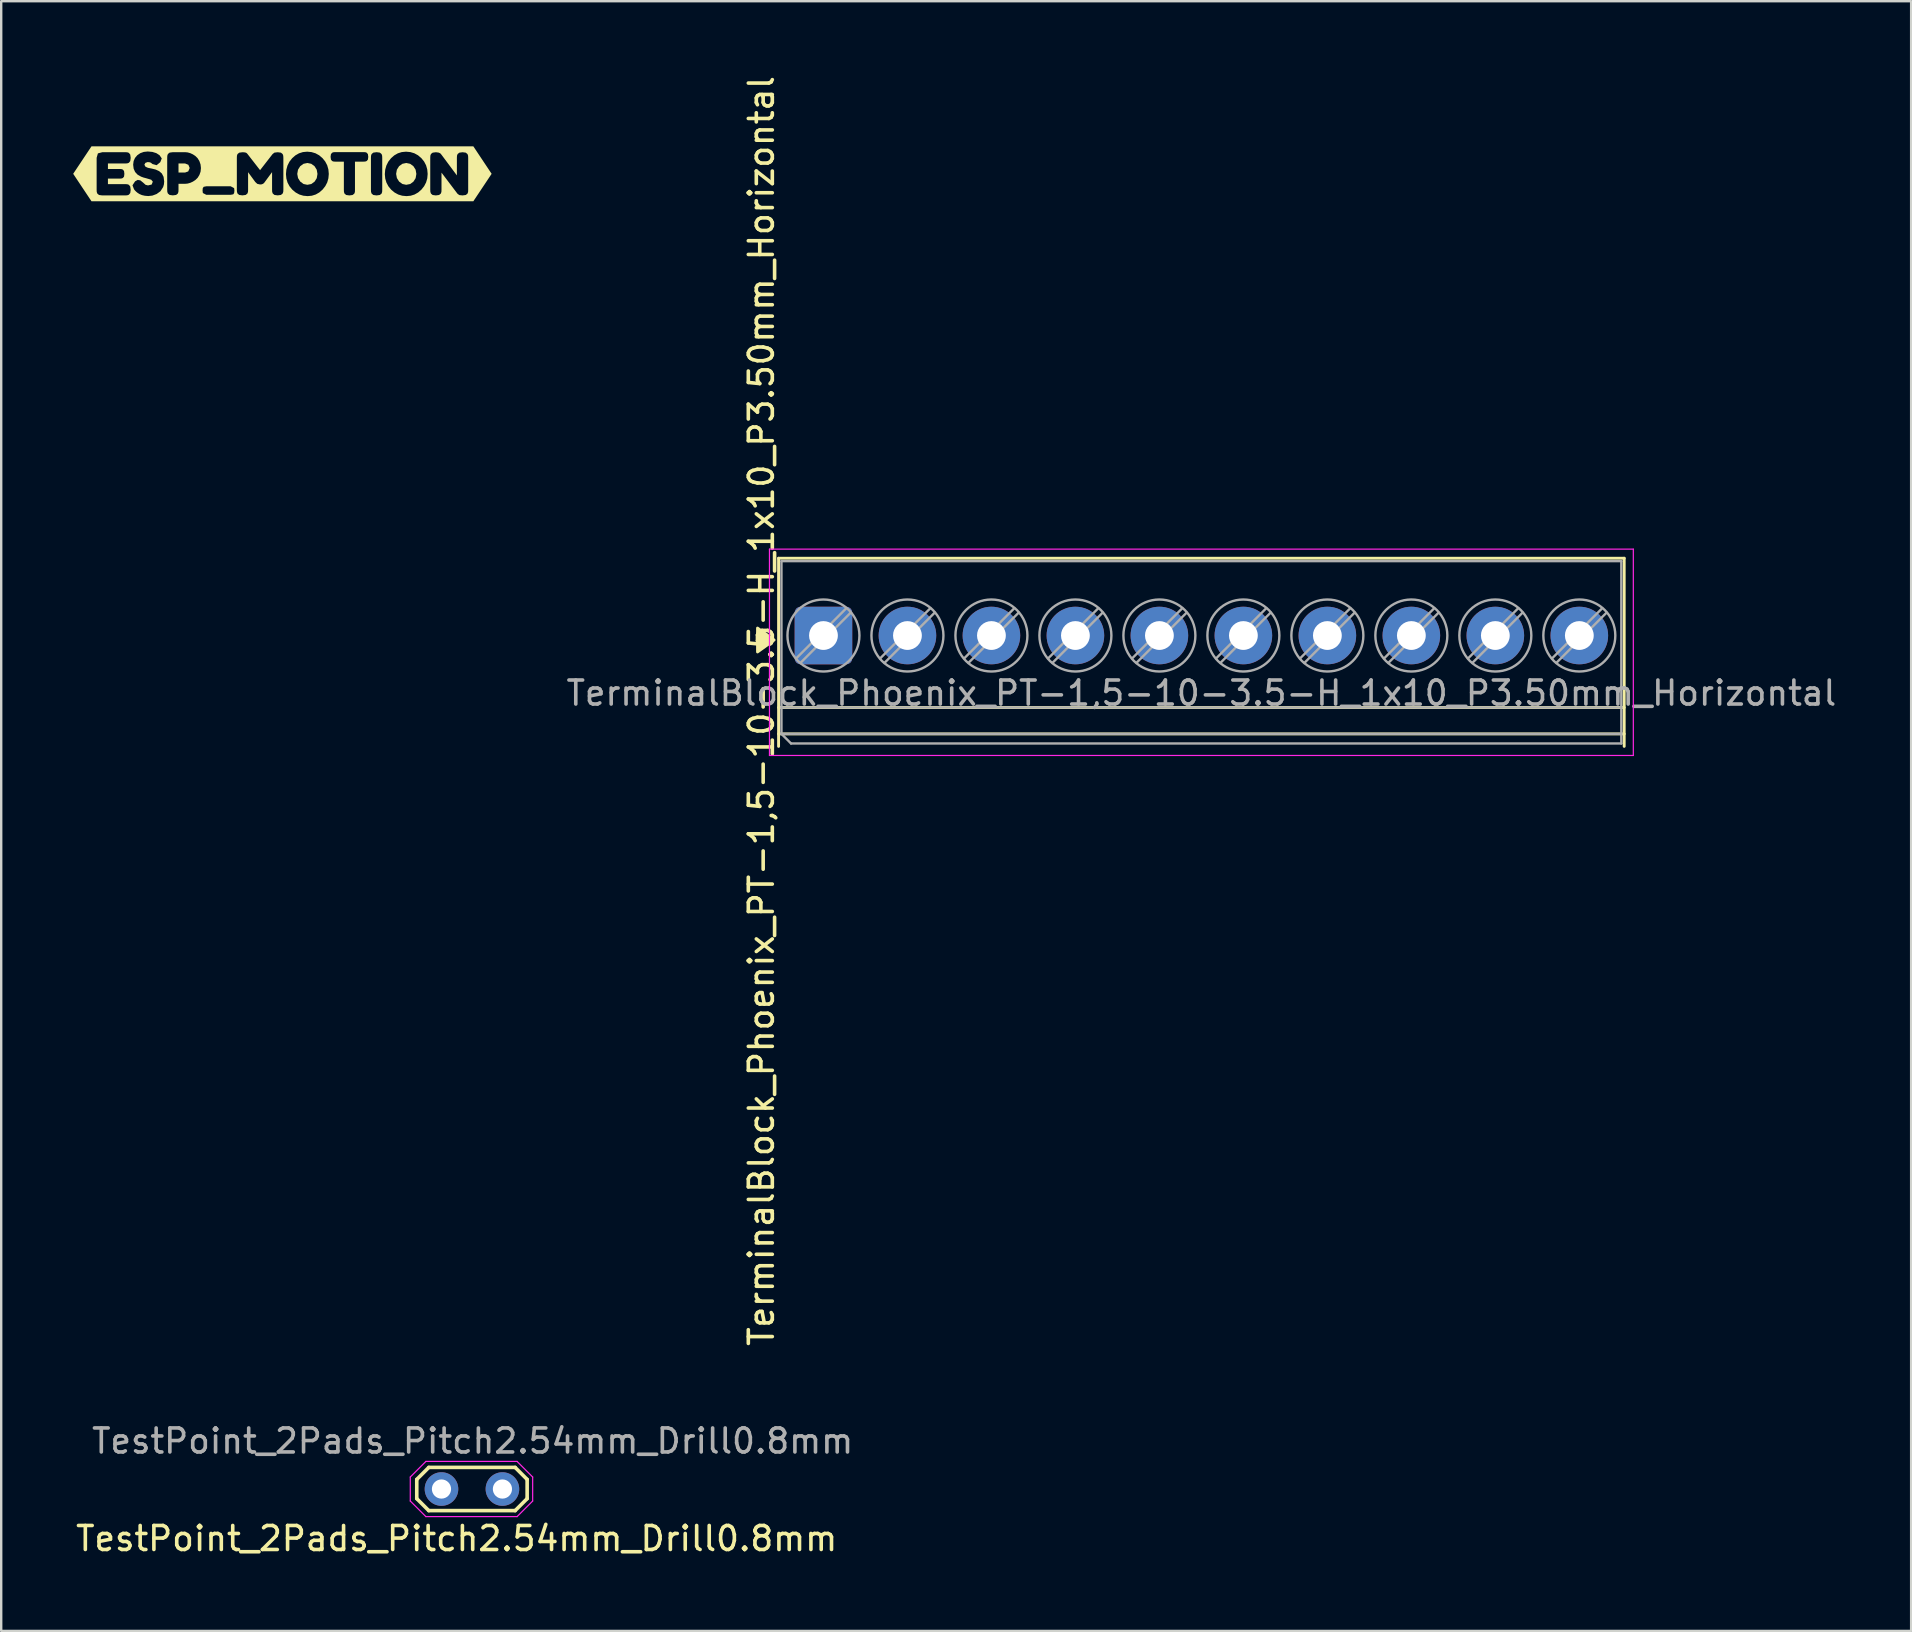
<source format=kicad_pcb>
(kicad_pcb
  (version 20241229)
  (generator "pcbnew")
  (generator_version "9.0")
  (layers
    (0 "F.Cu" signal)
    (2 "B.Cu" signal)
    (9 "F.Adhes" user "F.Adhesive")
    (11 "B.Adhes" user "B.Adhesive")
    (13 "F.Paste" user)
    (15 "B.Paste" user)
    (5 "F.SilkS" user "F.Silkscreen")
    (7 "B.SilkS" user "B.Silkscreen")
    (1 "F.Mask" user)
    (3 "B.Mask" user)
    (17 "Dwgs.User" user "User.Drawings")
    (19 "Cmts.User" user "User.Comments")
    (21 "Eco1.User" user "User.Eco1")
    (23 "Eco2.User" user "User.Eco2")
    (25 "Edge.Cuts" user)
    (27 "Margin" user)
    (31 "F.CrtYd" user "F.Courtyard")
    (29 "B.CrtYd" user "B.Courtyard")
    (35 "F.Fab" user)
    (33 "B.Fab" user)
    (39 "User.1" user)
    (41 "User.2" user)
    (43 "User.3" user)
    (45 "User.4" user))
  (footprint "TerminalBlock_Phoenix_PT-1,5-10-3.5-H_1x10_P3.50mm_Horizontal"
    (layer "F.Cu")
    (at 31.266 23.434)
    (property "Reference" "TerminalBlock_Phoenix_PT-1,5-10-3.5-H_1x10_P3.50mm_Horizontal" (at -2.586 3.144 90) (layer "F.SilkS") (effects (font (size 1 1) (thickness 0.15))))
    (attr through_hole)
    (fp_line (start -1.87 -3.22) (end 33.37 -3.22) (stroke (width 0.12) (type solid)) (layer "F.SilkS"))
    (fp_line (start -1.87 3) (end 33.37 3) (stroke (width 0.12) (type solid)) (layer "F.SilkS"))
    (fp_line (start -1.87 4.1) (end 33.37 4.1) (stroke (width 0.12) (type solid)) (layer "F.SilkS"))
    (fp_line (start -1.87 4.62) (end -1.87 -3.22) (stroke (width 0.12) (type solid)) (layer "F.SilkS"))
    (fp_line (start 33.37 -3.22) (end 33.37 4.62) (stroke (width 0.12) (type solid)) (layer "F.SilkS"))
    (fp_poly (pts (xy -2.057 0.187) (xy -2.747 0.685) (xy -2.747 -0.31)) (stroke (width 0.12) (type solid)) (fill yes) (layer "F.SilkS"))
    (fp_line (start -2.25 -3.6) (end -2.25 5) (stroke (width 0.05) (type solid)) (layer "F.CrtYd"))
    (fp_line (start -2.25 5) (end 33.75 5) (stroke (width 0.05) (type solid)) (layer "F.CrtYd"))
    (fp_line (start 33.75 -3.6) (end -2.25 -3.6) (stroke (width 0.05) (type solid)) (layer "F.CrtYd"))
    (fp_line (start 33.75 5) (end 33.75 -3.6) (stroke (width 0.05) (type solid)) (layer "F.CrtYd"))
    (fp_line (start -1.75 -3.1) (end 33.25 -3.1) (stroke (width 0.1) (type solid)) (layer "F.Fab"))
    (fp_line (start -1.75 3) (end 33.25 3) (stroke (width 0.1) (type solid)) (layer "F.Fab"))
    (fp_line (start -1.75 4.1) (end -1.75 -3.1) (stroke (width 0.1) (type solid)) (layer "F.Fab"))
    (fp_line (start -1.75 4.1) (end 33.25 4.1) (stroke (width 0.1) (type solid)) (layer "F.Fab"))
    (fp_line (start -1.35 4.5) (end -1.75 4.1) (stroke (width 0.1) (type solid)) (layer "F.Fab"))
    (fp_line (start 0.955 -1.138) (end -1.138 0.955) (stroke (width 0.1) (type solid)) (layer "F.Fab"))
    (fp_line (start 1.138 -0.955) (end -0.955 1.138) (stroke (width 0.1) (type solid)) (layer "F.Fab"))
    (fp_line (start 4.455 -1.138) (end 2.362 0.955) (stroke (width 0.1) (type solid)) (layer "F.Fab"))
    (fp_line (start 4.638 -0.955) (end 2.545 1.138) (stroke (width 0.1) (type solid)) (layer "F.Fab"))
    (fp_line (start 7.955 -1.138) (end 5.862 0.955) (stroke (width 0.1) (type solid)) (layer "F.Fab"))
    (fp_line (start 8.138 -0.955) (end 6.045 1.138) (stroke (width 0.1) (type solid)) (layer "F.Fab"))
    (fp_line (start 11.455 -1.138) (end 9.362 0.955) (stroke (width 0.1) (type solid)) (layer "F.Fab"))
    (fp_line (start 11.638 -0.955) (end 9.545 1.138) (stroke (width 0.1) (type solid)) (layer "F.Fab"))
    (fp_line (start 14.955 -1.138) (end 12.862 0.955) (stroke (width 0.1) (type solid)) (layer "F.Fab"))
    (fp_line (start 15.138 -0.955) (end 13.045 1.138) (stroke (width 0.1) (type solid)) (layer "F.Fab"))
    (fp_line (start 18.455 -1.138) (end 16.362 0.955) (stroke (width 0.1) (type solid)) (layer "F.Fab"))
    (fp_line (start 18.638 -0.955) (end 16.545 1.138) (stroke (width 0.1) (type solid)) (layer "F.Fab"))
    (fp_line (start 21.955 -1.138) (end 19.862 0.955) (stroke (width 0.1) (type solid)) (layer "F.Fab"))
    (fp_line (start 22.138 -0.955) (end 20.045 1.138) (stroke (width 0.1) (type solid)) (layer "F.Fab"))
    (fp_line (start 25.455 -1.138) (end 23.362 0.955) (stroke (width 0.1) (type solid)) (layer "F.Fab"))
    (fp_line (start 25.638 -0.955) (end 23.545 1.138) (stroke (width 0.1) (type solid)) (layer "F.Fab"))
    (fp_line (start 28.955 -1.138) (end 26.862 0.955) (stroke (width 0.1) (type solid)) (layer "F.Fab"))
    (fp_line (start 29.138 -0.955) (end 27.045 1.138) (stroke (width 0.1) (type solid)) (layer "F.Fab"))
    (fp_line (start 32.455 -1.138) (end 30.362 0.955) (stroke (width 0.1) (type solid)) (layer "F.Fab"))
    (fp_line (start 32.638 -0.955) (end 30.545 1.138) (stroke (width 0.1) (type solid)) (layer "F.Fab"))
    (fp_line (start 33.25 -3.1) (end 33.25 4.5) (stroke (width 0.1) (type solid)) (layer "F.Fab"))
    (fp_line (start 33.25 4.5) (end -1.35 4.5) (stroke (width 0.1) (type solid)) (layer "F.Fab"))
    (fp_circle (center 0 0) (end 1.5 0) (stroke (width 0.1) (type solid)) (fill no) (layer "F.Fab"))
    (fp_circle (center 3.5 0) (end 5 0) (stroke (width 0.1) (type solid)) (fill no) (layer "F.Fab"))
    (fp_circle (center 7 0) (end 8.5 0) (stroke (width 0.1) (type solid)) (fill no) (layer "F.Fab"))
    (fp_circle (center 10.5 0) (end 12 0) (stroke (width 0.1) (type solid)) (fill no) (layer "F.Fab"))
    (fp_circle (center 14 0) (end 15.5 0) (stroke (width 0.1) (type solid)) (fill no) (layer "F.Fab"))
    (fp_circle (center 17.5 0) (end 19 0) (stroke (width 0.1) (type solid)) (fill no) (layer "F.Fab"))
    (fp_circle (center 21 0) (end 22.5 0) (stroke (width 0.1) (type solid)) (fill no) (layer "F.Fab"))
    (fp_circle (center 24.5 0) (end 26 0) (stroke (width 0.1) (type solid)) (fill no) (layer "F.Fab"))
    (fp_circle (center 28 0) (end 29.5 0) (stroke (width 0.1) (type solid)) (fill no) (layer "F.Fab"))
    (fp_circle (center 31.5 0) (end 33 0) (stroke (width 0.1) (type solid)) (fill no) (layer "F.Fab"))
    (fp_text user "${REFERENCE}" (at 15.75 2.4 0) (layer "F.Fab") (effects (font (size 1 1) (thickness 0.15))))
    (pad "1" thru_hole roundrect (at 0 0) (size 2.4 2.4) (drill 1.2) (layers "*.Cu" "*.Mask") (roundrect_rratio 0.104))
    (pad "2" thru_hole circle (at 3.5 0) (size 2.4 2.4) (drill 1.2) (layers "*.Cu" "*.Mask"))
    (pad "3" thru_hole circle (at 7 0) (size 2.4 2.4) (drill 1.2) (layers "*.Cu" "*.Mask"))
    (pad "4" thru_hole circle (at 10.5 0) (size 2.4 2.4) (drill 1.2) (layers "*.Cu" "*.Mask"))
    (pad "5" thru_hole circle (at 14 0) (size 2.4 2.4) (drill 1.2) (layers "*.Cu" "*.Mask"))
    (pad "6" thru_hole circle (at 17.5 0) (size 2.4 2.4) (drill 1.2) (layers "*.Cu" "*.Mask"))
    (pad "7" thru_hole circle (at 21 0) (size 2.4 2.4) (drill 1.2) (layers "*.Cu" "*.Mask"))
    (pad "8" thru_hole circle (at 24.5 0) (size 2.4 2.4) (drill 1.2) (layers "*.Cu" "*.Mask"))
    (pad "9" thru_hole circle (at 28 0) (size 2.4 2.4) (drill 1.2) (layers "*.Cu" "*.Mask"))
    (pad "10" thru_hole circle (at 31.5 0) (size 2.4 2.4) (drill 1.2) (layers "*.Cu" "*.Mask")))
  (footprint "kibuzzard-6890605B"
    (layer "F.Cu")
    (at 8.719 4.193)
    (property "Reference" "kibuzzard-6890605B" (at 0 -4.192 0) (layer "F.SilkS") (effects (font (size 0.001 0.001) (thickness 0.15))))
    (attr board_only exclude_from_pos_files exclude_from_bom)
    (fp_poly (pts (xy -4.33 -0.054) (xy -4.052 -0.054) (xy -3.924 -0.1) (xy -3.864 -0.242) (xy -3.919 -0.376) (xy -4.055 -0.43) (xy -4.33 -0.43) (xy -4.33 -0.054)) (stroke (width 0) (type solid)) (fill yes) (layer "F.SilkS"))
    (fp_poly (pts (xy 1.039 0.458) (xy 1.203 0.426) (xy 1.339 0.328) (xy 1.431 0.183) (xy 1.461 0.005) (xy 1.43 -0.171) (xy 1.338 -0.318) (xy 1.202 -0.417) (xy 1.042 -0.451) (xy 0.879 -0.417) (xy 0.743 -0.318) (xy 0.65 -0.171) (xy 0.619 0.005) (xy 0.651 0.178) (xy 0.744 0.324) (xy 0.88 0.425) (xy 1.039 0.458)) (stroke (width 0) (type solid)) (fill yes) (layer "F.SilkS"))
    (fp_poly (pts (xy 5.159 0.458) (xy 5.323 0.426) (xy 5.459 0.328) (xy 5.551 0.183) (xy 5.582 0.005) (xy 5.551 -0.171) (xy 5.458 -0.318) (xy 5.322 -0.417) (xy 5.162 -0.451) (xy 5 -0.417) (xy 4.863 -0.318) (xy 4.77 -0.171) (xy 4.739 0.005) (xy 4.771 0.178) (xy 4.864 0.324) (xy 5.001 0.425) (xy 5.159 0.458)) (stroke (width 0) (type solid)) (fill yes) (layer "F.SilkS"))
    (fp_poly (pts (xy -7.742 -1.144) (xy -7.957 -1.144) (xy -8.719 0) (xy -7.957 1.144) (xy -7.742 1.144) (xy -7.508 1.144) (xy -7.508 0.901) (xy -7.642 0.883) (xy -7.714 0.824) (xy -7.738 0.753) (xy -7.742 0.664) (xy -7.742 -0.667) (xy -7.689 -0.851) (xy -7.5 -0.901) (xy -6.558 -0.901) (xy -6.469 -0.897) (xy -6.399 -0.873) (xy -6.341 -0.801) (xy -6.323 -0.664) (xy -6.341 -0.53) (xy -6.4 -0.458) (xy -6.471 -0.434) (xy -6.56 -0.43) (xy -7.271 -0.43) (xy -7.271 -0.201) (xy -6.794 -0.201) (xy -6.711 -0.197) (xy -6.649 -0.176) (xy -6.6 -0.115) (xy -6.586 0.003) (xy -6.6 0.117) (xy -6.65 0.176) (xy -6.715 0.197) (xy -6.8 0.201) (xy -7.271 0.201) (xy -7.271 0.43) (xy -6.558 0.43) (xy -6.469 0.434) (xy -6.399 0.458) (xy -6.341 0.53) (xy -6.323 0.667) (xy -6.341 0.801) (xy -6.4 0.873) (xy -6.471 0.897) (xy -6.56 0.901) (xy -7.508 0.901) (xy -7.508 1.144) (xy -5.589 1.144) (xy -5.589 0.927) (xy -5.733 0.915) (xy -5.855 0.887) (xy -5.954 0.845) (xy -6.033 0.796) (xy -6.095 0.745) (xy -6.14 0.7) (xy -6.169 0.664) (xy -6.184 0.646) (xy -6.248 0.479) (xy -6.14 0.314) (xy -6.033 0.255) (xy -5.922 0.272) (xy -5.806 0.366) (xy -5.701 0.46) (xy -5.6 0.484) (xy -5.448 0.447) (xy -5.401 0.327) (xy -5.468 0.247) (xy -5.67 0.187) (xy -5.793 0.154) (xy -5.891 0.118) (xy -6.035 0.036) (xy -6.138 -0.075) (xy -6.2 -0.214) (xy -6.22 -0.381) (xy -6.201 -0.53) (xy -6.143 -0.661) (xy -6.048 -0.774) (xy -5.923 -0.86) (xy -5.778 -0.912) (xy -5.612 -0.93) (xy -5.418 -0.912) (xy -5.254 -0.861) (xy -5.121 -0.775) (xy -5.028 -0.642) (xy -5.09 -0.484) (xy -5.242 -0.359) (xy -5.414 -0.407) (xy -5.444 -0.431) (xy -5.48 -0.461) (xy -5.53 -0.48) (xy -5.615 -0.489) (xy -5.71 -0.457) (xy -5.752 -0.379) (xy -5.706 -0.295) (xy -5.605 -0.25) (xy -5.448 -0.218) (xy -5.283 -0.178) (xy -5.137 -0.111) (xy -5.024 -0.013) (xy -4.952 0.127) (xy -4.927 0.319) (xy -4.938 0.442) (xy -4.971 0.554) (xy -5.083 0.727) (xy -5.242 0.842) (xy -5.418 0.908) (xy -5.589 0.927) (xy -5.589 1.144) (xy -4.567 1.144) (xy -4.567 0.899) (xy -4.701 0.881) (xy -4.773 0.821) (xy -4.797 0.751) (xy -4.801 0.662) (xy -4.801 -0.667) (xy -4.797 -0.753) (xy -4.773 -0.824) (xy -4.701 -0.883) (xy -4.564 -0.901) (xy -4.052 -0.901) (xy -3.947 -0.891) (xy -3.838 -0.86) (xy -3.73 -0.81) (xy -3.627 -0.742) (xy -3.535 -0.651) (xy -3.461 -0.532) (xy -3.412 -0.392) (xy -3.395 -0.239) (xy -3.411 -0.087) (xy -3.46 0.05) (xy -3.533 0.167) (xy -3.626 0.258) (xy -3.73 0.326) (xy -3.839 0.376) (xy -3.949 0.407) (xy -4.055 0.417) (xy -4.33 0.417) (xy -4.33 0.664) (xy -4.334 0.753) (xy -4.358 0.823) (xy -4.43 0.881) (xy -4.567 0.899) (xy -4.567 1.144) (xy -3.171 1.144) (xy -3.171 0.876) (xy -3.315 0.801) (xy -3.328 0.698) (xy -3.318 0.595) (xy -3.279 0.541) (xy -3.169 0.52) (xy -2.157 0.52) (xy -2.012 0.597) (xy -2 0.699) (xy -2.011 0.801) (xy -2.048 0.855) (xy -2.159 0.876) (xy -3.171 0.876) (xy -3.171 1.144) (xy -1.667 1.144) (xy -1.667 0.899) (xy -1.8 0.881) (xy -1.87 0.823) (xy -1.894 0.752) (xy -1.899 0.662) (xy -1.899 -0.667) (xy -1.895 -0.753) (xy -1.871 -0.823) (xy -1.799 -0.881) (xy -1.662 -0.899) (xy -1.594 -0.895) (xy -1.548 -0.888) (xy -1.514 -0.877) (xy -1.492 -0.864) (xy -1.473 -0.845) (xy -1.456 -0.827) (xy -0.931 -0.152) (xy -0.408 -0.824) (xy -0.331 -0.883) (xy -0.194 -0.899) (xy -0.061 -0.881) (xy 0.01 -0.823) (xy 0.035 -0.752) (xy 0.04 -0.662) (xy 0.04 0.667) (xy 0.035 0.755) (xy 0.009 0.824) (xy -0.062 0.881) (xy -0.197 0.899) (xy -0.331 0.881) (xy -0.403 0.821) (xy -0.427 0.751) (xy -0.431 0.662) (xy -0.431 -0.07) (xy -0.733 0.34) (xy -0.748 0.361) (xy -0.773 0.389) (xy -0.806 0.415) (xy -0.86 0.438) (xy -0.931 0.445) (xy -1.047 0.419) (xy -1.132 0.34) (xy -1.43 -0.067) (xy -1.43 0.667) (xy -1.434 0.753) (xy -1.459 0.823) (xy -1.531 0.881) (xy -1.667 0.899) (xy -1.667 1.144) (xy 1.052 1.144) (xy 1.052 0.93) (xy 0.872 0.913) (xy 0.706 0.863) (xy 0.553 0.779) (xy 0.413 0.662) (xy 0.297 0.521) (xy 0.214 0.366) (xy 0.165 0.198) (xy 0.148 0.015) (xy 0.164 -0.173) (xy 0.212 -0.346) (xy 0.293 -0.505) (xy 0.406 -0.649) (xy 0.541 -0.768) (xy 0.691 -0.854) (xy 0.854 -0.905) (xy 1.031 -0.922) (xy 1.212 -0.905) (xy 1.379 -0.855) (xy 1.532 -0.771) (xy 1.67 -0.653) (xy 1.785 -0.511) (xy 1.867 -0.354) (xy 1.916 -0.182) (xy 1.933 0.005) (xy 1.916 0.189) (xy 1.868 0.359) (xy 1.787 0.515) (xy 1.674 0.658) (xy 1.538 0.777) (xy 1.389 0.862) (xy 1.227 0.913) (xy 1.052 0.93) (xy 1.052 1.144) (xy 2.79 1.144) (xy 2.79 0.901) (xy 2.658 0.883) (xy 2.588 0.825) (xy 2.565 0.756) (xy 2.561 0.67) (xy 2.561 -0.507) (xy 2.203 -0.507) (xy 2.13 -0.511) (xy 2.072 -0.532) (xy 2.023 -0.592) (xy 2.007 -0.708) (xy 2.023 -0.82) (xy 2.073 -0.879) (xy 2.132 -0.9) (xy 2.206 -0.904) (xy 3.382 -0.904) (xy 3.456 -0.9) (xy 3.514 -0.879) (xy 3.563 -0.819) (xy 3.578 -0.706) (xy 3.563 -0.592) (xy 3.512 -0.532) (xy 3.453 -0.511) (xy 3.38 -0.507) (xy 3.024 -0.507) (xy 3.024 0.672) (xy 3.021 0.758) (xy 2.996 0.827) (xy 2.924 0.883) (xy 2.79 0.901) (xy 2.79 1.144) (xy 3.923 1.144) (xy 3.923 0.901) (xy 3.789 0.883) (xy 3.717 0.824) (xy 3.693 0.753) (xy 3.689 0.664) (xy 3.689 -0.667) (xy 3.693 -0.753) (xy 3.717 -0.824) (xy 3.789 -0.883) (xy 3.926 -0.901) (xy 4.06 -0.883) (xy 4.132 -0.824) (xy 4.156 -0.753) (xy 4.16 -0.664) (xy 4.16 0.667) (xy 4.156 0.756) (xy 4.132 0.825) (xy 4.06 0.883) (xy 3.923 0.901) (xy 3.923 1.144) (xy 5.172 1.144) (xy 5.172 0.93) (xy 4.992 0.913) (xy 4.826 0.863) (xy 4.673 0.779) (xy 4.533 0.662) (xy 4.417 0.521) (xy 4.335 0.366) (xy 4.285 0.198) (xy 4.268 0.015) (xy 4.284 -0.173) (xy 4.333 -0.346) (xy 4.413 -0.505) (xy 4.526 -0.649) (xy 4.661 -0.768) (xy 4.811 -0.854) (xy 4.974 -0.905) (xy 5.152 -0.922) (xy 5.332 -0.905) (xy 5.499 -0.855) (xy 5.652 -0.771) (xy 5.79 -0.653) (xy 5.905 -0.511) (xy 5.987 -0.354) (xy 6.036 -0.182) (xy 6.053 0.005) (xy 6.037 0.189) (xy 5.988 0.359) (xy 5.907 0.515) (xy 5.794 0.658) (xy 5.658 0.777) (xy 5.509 0.862) (xy 5.347 0.913) (xy 5.172 0.93) (xy 5.172 1.144) (xy 6.393 1.144) (xy 6.393 0.901) (xy 6.26 0.883) (xy 6.191 0.825) (xy 6.166 0.755) (xy 6.161 0.664) (xy 6.161 -0.672) (xy 6.166 -0.758) (xy 6.192 -0.827) (xy 6.263 -0.882) (xy 6.398 -0.899) (xy 6.515 -0.883) (xy 6.581 -0.851) (xy 6.627 -0.798) (xy 7.271 0.067) (xy 7.271 -0.672) (xy 7.276 -0.757) (xy 7.302 -0.825) (xy 7.374 -0.881) (xy 7.508 -0.899) (xy 7.642 -0.881) (xy 7.714 -0.821) (xy 7.738 -0.751) (xy 7.742 -0.662) (xy 7.742 0.667) (xy 7.738 0.756) (xy 7.714 0.825) (xy 7.642 0.883) (xy 7.505 0.901) (xy 7.373 0.887) (xy 7.297 0.832) (xy 6.63 -0.049) (xy 6.63 0.667) (xy 6.626 0.756) (xy 6.601 0.825) (xy 6.529 0.883) (xy 6.393 0.901) (xy 6.393 1.144) (xy 7.742 1.144) (xy 7.957 1.144) (xy 8.719 0) (xy 7.957 -1.144) (xy 7.742 -1.144) (xy -7.742 -1.144)) (stroke (width 0) (type solid)) (fill yes) (layer "F.SilkS")))
  (footprint "TestPoint_2Pads_Pitch2.54mm_Drill0.8mm"
    (layer "F.Cu")
    (at 15.348 59.003)
    (property "Reference" "TestPoint_2Pads_Pitch2.54mm_Drill0.8mm" (at 0.634 2.064 180) (layer "F.SilkS") (effects (font (size 1 1) (thickness 0.15))))
    (attr exclude_from_pos_files exclude_from_bom)
    (fp_line (start -1.03 -0.4) (end -0.53 -0.9) (stroke (width 0.15) (type solid)) (layer "F.SilkS"))
    (fp_line (start -1.03 0.4) (end -1.03 -0.4) (stroke (width 0.15) (type solid)) (layer "F.SilkS"))
    (fp_line (start -0.53 -0.9) (end 3.07 -0.9) (stroke (width 0.15) (type solid)) (layer "F.SilkS"))
    (fp_line (start -0.53 0.9) (end -1.03 0.4) (stroke (width 0.15) (type solid)) (layer "F.SilkS"))
    (fp_line (start 3.07 -0.9) (end 3.57 -0.4) (stroke (width 0.15) (type solid)) (layer "F.SilkS"))
    (fp_line (start 3.07 0.9) (end -0.53 0.9) (stroke (width 0.15) (type solid)) (layer "F.SilkS"))
    (fp_line (start 3.57 -0.4) (end 3.57 0.4) (stroke (width 0.15) (type solid)) (layer "F.SilkS"))
    (fp_line (start 3.57 0.4) (end 3.07 0.9) (stroke (width 0.15) (type solid)) (layer "F.SilkS"))
    (fp_line (start -1.3 -0.5) (end -1.3 0.5) (stroke (width 0.05) (type solid)) (layer "F.CrtYd"))
    (fp_line (start -1.3 0.5) (end -0.65 1.15) (stroke (width 0.05) (type solid)) (layer "F.CrtYd"))
    (fp_line (start -0.65 -1.15) (end -1.3 -0.5) (stroke (width 0.05) (type solid)) (layer "F.CrtYd"))
    (fp_line (start -0.65 1.15) (end 3.15 1.15) (stroke (width 0.05) (type solid)) (layer "F.CrtYd"))
    (fp_line (start 3.15 -1.15) (end -0.65 -1.15) (stroke (width 0.05) (type solid)) (layer "F.CrtYd"))
    (fp_line (start 3.15 1.15) (end 3.8 0.5) (stroke (width 0.05) (type solid)) (layer "F.CrtYd"))
    (fp_line (start 3.8 -0.5) (end 3.15 -1.15) (stroke (width 0.05) (type solid)) (layer "F.CrtYd"))
    (fp_line (start 3.8 0.5) (end 3.8 -0.5) (stroke (width 0.05) (type solid)) (layer "F.CrtYd"))
    (fp_text user "${REFERENCE}" (at 1.3 -2 180) (layer "F.Fab") (effects (font (size 1 1) (thickness 0.15))))
    (pad "1" thru_hole circle (at 0 0) (size 1.4 1.4) (drill 0.8) (layers "*.Cu" "*.Mask"))
    (pad "2" thru_hole circle (at 2.54 0) (size 1.4 1.4) (drill 0.8) (layers "*.Cu" "*.Mask")))
  (gr_rect
    (start -3 -3)
    (end 76.594 64.916)
    (stroke (width 0.1) (type default))
    (fill no)
    (layer "Edge.Cuts")))
</source>
